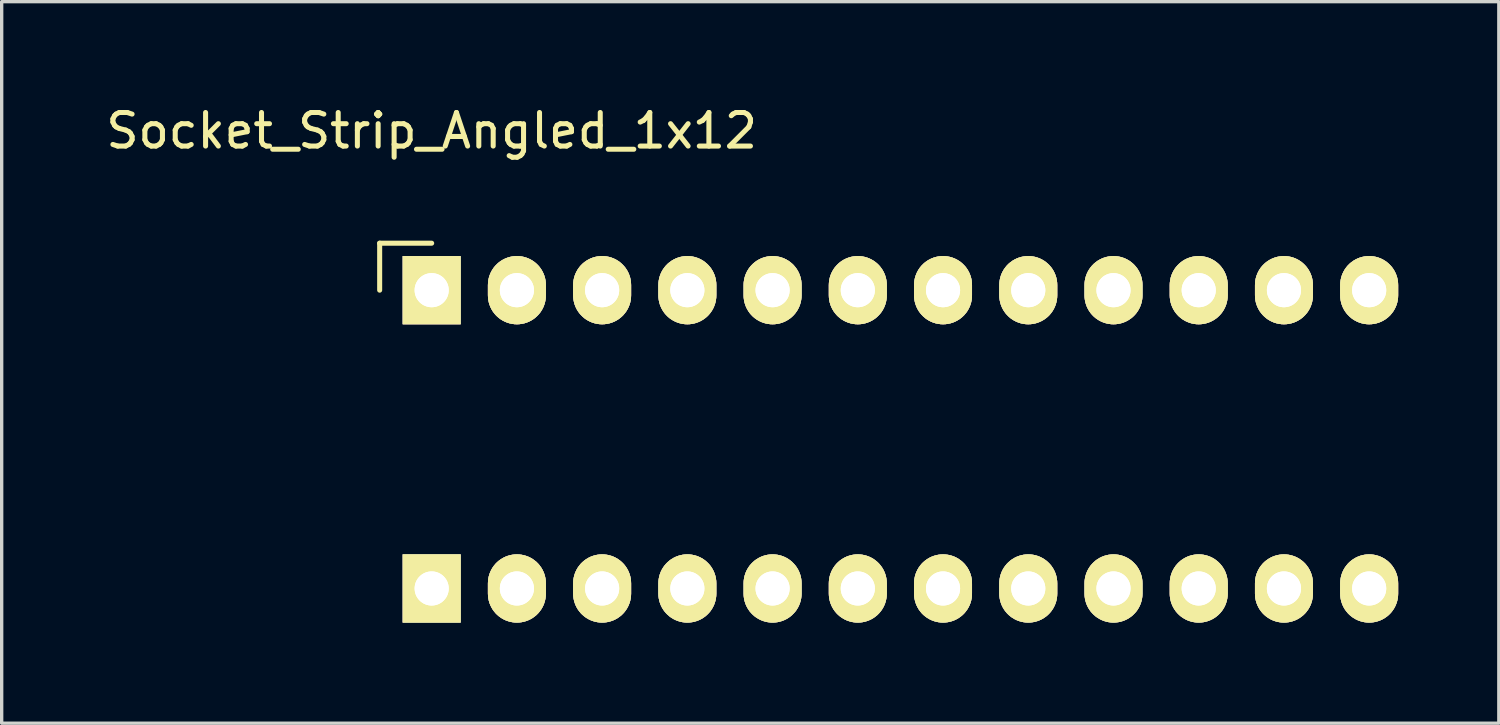
<source format=kicad_pcb>
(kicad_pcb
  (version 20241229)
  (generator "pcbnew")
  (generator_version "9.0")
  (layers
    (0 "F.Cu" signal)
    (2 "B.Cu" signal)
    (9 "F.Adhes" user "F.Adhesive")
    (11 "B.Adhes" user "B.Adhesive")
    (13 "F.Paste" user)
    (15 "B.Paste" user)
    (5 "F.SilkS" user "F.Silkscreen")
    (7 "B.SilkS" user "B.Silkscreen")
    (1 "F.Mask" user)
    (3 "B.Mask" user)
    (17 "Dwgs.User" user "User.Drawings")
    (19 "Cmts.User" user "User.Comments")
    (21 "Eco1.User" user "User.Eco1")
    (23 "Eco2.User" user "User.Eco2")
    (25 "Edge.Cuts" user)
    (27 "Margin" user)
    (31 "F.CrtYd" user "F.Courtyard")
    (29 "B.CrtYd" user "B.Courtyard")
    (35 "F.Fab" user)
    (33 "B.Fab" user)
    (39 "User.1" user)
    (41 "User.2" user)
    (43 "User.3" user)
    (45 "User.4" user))
  (footprint "Socket_Strip_Angled_1x12"
    (layer "F.Cu")
    (at 9.815 5.598)
    (property "Reference" "Socket_Strip_Angled_1x12" (at 0 -4.75 0) (layer "F.SilkS") (effects (font (size 1 1) (thickness 0.15))))
    (attr through_hole)
    (fp_line (start -1.55 -1.4) (end -1.55 0) (stroke (width 0.15) (type solid)) (layer "F.SilkS"))
    (fp_line (start 0 -1.4) (end -1.55 -1.4) (stroke (width 0.15) (type solid)) (layer "F.SilkS"))
    (pad "1" thru_hole rect (at 0 0) (size 1.727 2.032) (drill 1.016) (layers "*.Cu" "*.Mask" "F.SilkS"))
    (pad "1" thru_hole rect (at 0 0) (size 1.727 2.032) (drill 1.016) (layers "*.Cu" "*.Mask" "F.SilkS"))
    (pad "1" thru_hole rect (at 0 8.89) (size 1.727 2.032) (drill 1.016) (layers "*.Cu" "*.Mask" "F.SilkS"))
    (pad "1" thru_hole rect (at 0 8.89) (size 1.727 2.032) (drill 1.016) (layers "*.Cu" "*.Mask" "F.SilkS"))
    (pad "2" thru_hole oval (at 2.54 0) (size 1.727 2.032) (drill 1.016) (layers "*.Cu" "*.Mask" "F.SilkS"))
    (pad "2" thru_hole oval (at 2.54 0) (size 1.727 2.032) (drill 1.016) (layers "*.Cu" "*.Mask" "F.SilkS"))
    (pad "2" thru_hole oval (at 2.54 8.89) (size 1.727 2.032) (drill 1.016) (layers "*.Cu" "*.Mask" "F.SilkS"))
    (pad "2" thru_hole oval (at 2.54 8.89) (size 1.727 2.032) (drill 1.016) (layers "*.Cu" "*.Mask" "F.SilkS"))
    (pad "3" thru_hole oval (at 5.08 0) (size 1.727 2.032) (drill 1.016) (layers "*.Cu" "*.Mask" "F.SilkS"))
    (pad "3" thru_hole oval (at 5.08 0) (size 1.727 2.032) (drill 1.016) (layers "*.Cu" "*.Mask" "F.SilkS"))
    (pad "3" thru_hole oval (at 5.08 8.89) (size 1.727 2.032) (drill 1.016) (layers "*.Cu" "*.Mask" "F.SilkS"))
    (pad "3" thru_hole oval (at 5.08 8.89) (size 1.727 2.032) (drill 1.016) (layers "*.Cu" "*.Mask" "F.SilkS"))
    (pad "4" thru_hole oval (at 7.62 0) (size 1.727 2.032) (drill 1.016) (layers "*.Cu" "*.Mask" "F.SilkS"))
    (pad "4" thru_hole oval (at 7.62 0) (size 1.727 2.032) (drill 1.016) (layers "*.Cu" "*.Mask" "F.SilkS"))
    (pad "4" thru_hole oval (at 7.62 8.89) (size 1.727 2.032) (drill 1.016) (layers "*.Cu" "*.Mask" "F.SilkS"))
    (pad "4" thru_hole oval (at 7.62 8.89) (size 1.727 2.032) (drill 1.016) (layers "*.Cu" "*.Mask" "F.SilkS"))
    (pad "5" thru_hole oval (at 10.16 0) (size 1.727 2.032) (drill 1.016) (layers "*.Cu" "*.Mask" "F.SilkS"))
    (pad "5" thru_hole oval (at 10.16 0) (size 1.727 2.032) (drill 1.016) (layers "*.Cu" "*.Mask" "F.SilkS"))
    (pad "5" thru_hole oval (at 10.16 8.89) (size 1.727 2.032) (drill 1.016) (layers "*.Cu" "*.Mask" "F.SilkS"))
    (pad "5" thru_hole oval (at 10.16 8.89) (size 1.727 2.032) (drill 1.016) (layers "*.Cu" "*.Mask" "F.SilkS"))
    (pad "6" thru_hole oval (at 12.7 0) (size 1.727 2.032) (drill 1.016) (layers "*.Cu" "*.Mask" "F.SilkS"))
    (pad "6" thru_hole oval (at 12.7 0) (size 1.727 2.032) (drill 1.016) (layers "*.Cu" "*.Mask" "F.SilkS"))
    (pad "6" thru_hole oval (at 12.7 8.89) (size 1.727 2.032) (drill 1.016) (layers "*.Cu" "*.Mask" "F.SilkS"))
    (pad "6" thru_hole oval (at 12.7 8.89) (size 1.727 2.032) (drill 1.016) (layers "*.Cu" "*.Mask" "F.SilkS"))
    (pad "7" thru_hole oval (at 15.24 0) (size 1.727 2.032) (drill 1.016) (layers "*.Cu" "*.Mask" "F.SilkS"))
    (pad "7" thru_hole oval (at 15.24 0) (size 1.727 2.032) (drill 1.016) (layers "*.Cu" "*.Mask" "F.SilkS"))
    (pad "7" thru_hole oval (at 15.24 8.89) (size 1.727 2.032) (drill 1.016) (layers "*.Cu" "*.Mask" "F.SilkS"))
    (pad "7" thru_hole oval (at 15.24 8.89) (size 1.727 2.032) (drill 1.016) (layers "*.Cu" "*.Mask" "F.SilkS"))
    (pad "8" thru_hole oval (at 17.78 0) (size 1.727 2.032) (drill 1.016) (layers "*.Cu" "*.Mask" "F.SilkS"))
    (pad "8" thru_hole oval (at 17.78 0) (size 1.727 2.032) (drill 1.016) (layers "*.Cu" "*.Mask" "F.SilkS"))
    (pad "8" thru_hole oval (at 17.78 8.89) (size 1.727 2.032) (drill 1.016) (layers "*.Cu" "*.Mask" "F.SilkS"))
    (pad "8" thru_hole oval (at 17.78 8.89) (size 1.727 2.032) (drill 1.016) (layers "*.Cu" "*.Mask" "F.SilkS"))
    (pad "9" thru_hole oval (at 20.32 0) (size 1.727 2.032) (drill 1.016) (layers "*.Cu" "*.Mask" "F.SilkS"))
    (pad "9" thru_hole oval (at 20.32 0) (size 1.727 2.032) (drill 1.016) (layers "*.Cu" "*.Mask" "F.SilkS"))
    (pad "9" thru_hole oval (at 20.32 8.89) (size 1.727 2.032) (drill 1.016) (layers "*.Cu" "*.Mask" "F.SilkS"))
    (pad "9" thru_hole oval (at 20.32 8.89) (size 1.727 2.032) (drill 1.016) (layers "*.Cu" "*.Mask" "F.SilkS"))
    (pad "10" thru_hole oval (at 22.86 0) (size 1.727 2.032) (drill 1.016) (layers "*.Cu" "*.Mask" "F.SilkS"))
    (pad "10" thru_hole oval (at 22.86 0) (size 1.727 2.032) (drill 1.016) (layers "*.Cu" "*.Mask" "F.SilkS"))
    (pad "10" thru_hole oval (at 22.86 8.89) (size 1.727 2.032) (drill 1.016) (layers "*.Cu" "*.Mask" "F.SilkS"))
    (pad "10" thru_hole oval (at 22.86 8.89) (size 1.727 2.032) (drill 1.016) (layers "*.Cu" "*.Mask" "F.SilkS"))
    (pad "11" thru_hole oval (at 25.4 0) (size 1.727 2.032) (drill 1.016) (layers "*.Cu" "*.Mask" "F.SilkS"))
    (pad "11" thru_hole oval (at 25.4 0) (size 1.727 2.032) (drill 1.016) (layers "*.Cu" "*.Mask" "F.SilkS"))
    (pad "11" thru_hole oval (at 25.4 8.89) (size 1.727 2.032) (drill 1.016) (layers "*.Cu" "*.Mask" "F.SilkS"))
    (pad "11" thru_hole oval (at 25.4 8.89) (size 1.727 2.032) (drill 1.016) (layers "*.Cu" "*.Mask" "F.SilkS"))
    (pad "12" thru_hole oval (at 27.94 0) (size 1.727 2.032) (drill 1.016) (layers "*.Cu" "*.Mask" "F.SilkS"))
    (pad "12" thru_hole oval (at 27.94 0) (size 1.727 2.032) (drill 1.016) (layers "*.Cu" "*.Mask" "F.SilkS"))
    (pad "12" thru_hole oval (at 27.94 8.89) (size 1.727 2.032) (drill 1.016) (layers "*.Cu" "*.Mask" "F.SilkS"))
    (pad "12" thru_hole oval (at 27.94 8.89) (size 1.727 2.032) (drill 1.016) (layers "*.Cu" "*.Mask" "F.SilkS")))
  (gr_rect
    (start -3 -3)
    (end 41.619 18.504)
    (stroke (width 0.1) (type default))
    (fill no)
    (layer "Edge.Cuts")))
</source>
